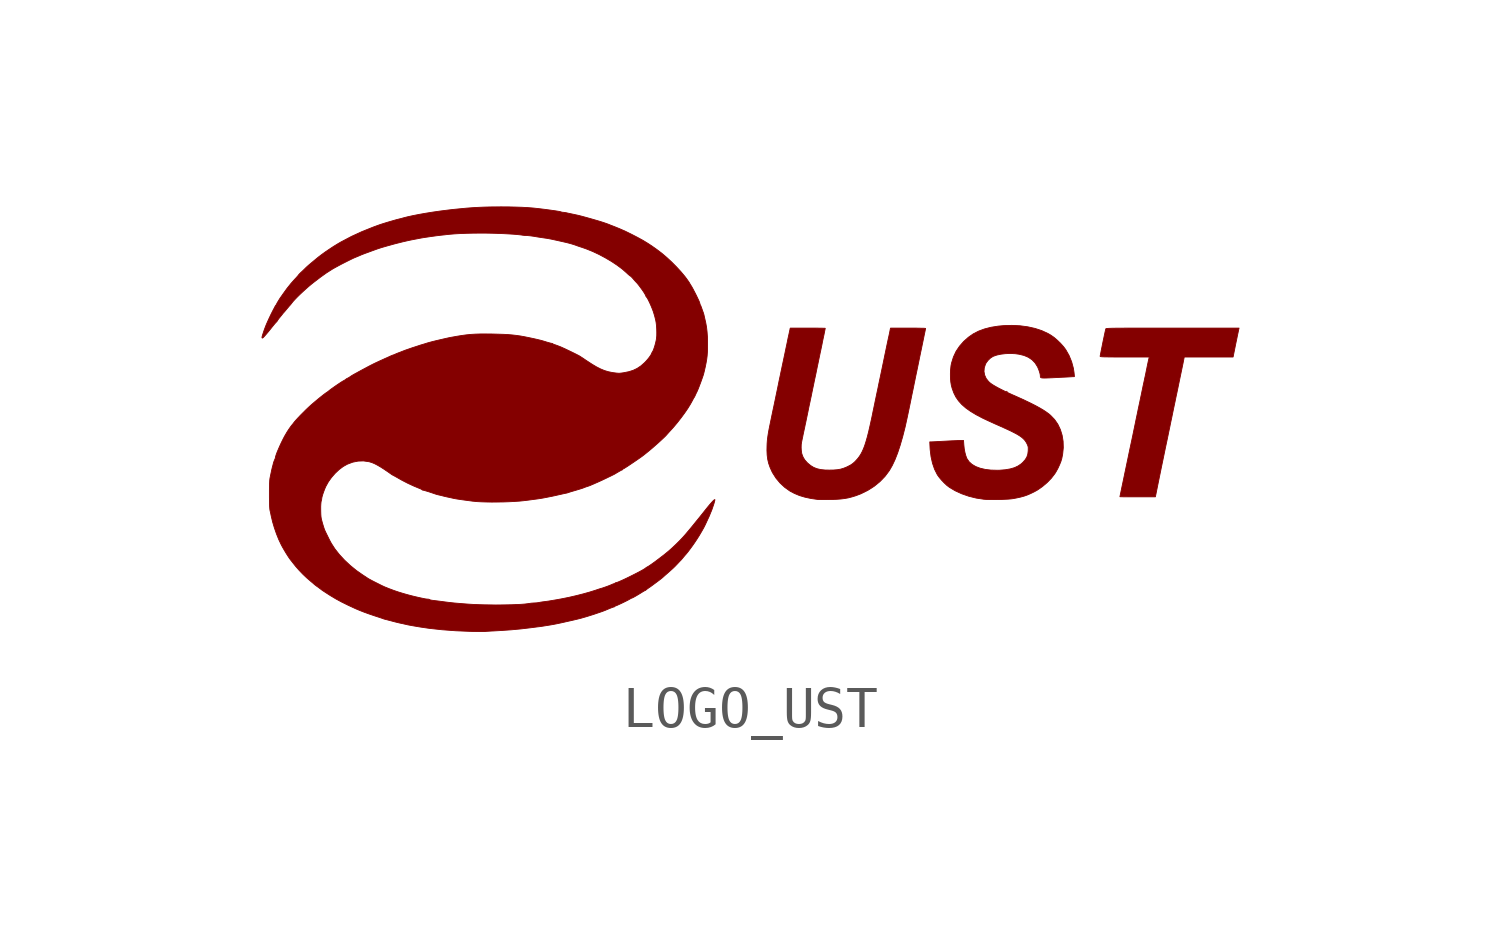
<source format=kicad_sym>
(kicad_symbol_lib
  (version 20211014)
  (generator kicad_symbol_editor)
  (symbol "LOGO_UST"
    (pin_names
      (offset 1.016))
    (property "Reference" "G"
      (at 0 9.36 0)
      (effects (font (size 1.27 1.27)) hide))
    (symbol "LOGO_UST_0_0"
      (polyline (pts (xy 6.221 0.923) (xy 6.215 0.929) (xy 6.209 0.923) (xy 6.215 0.917) (xy 6.221 0.923)) (stroke (width 0.01) (type default) (color 0 0 0 0)) (fill (type outline)))
      (polyline (pts (xy 9.837 -1.646) (xy 9.892 -1.373) (xy 9.92 -1.235) (xy 9.955 -1.064) (xy 9.994 -0.874) (xy 10.037 -0.668) (xy 10.082 -0.449) (xy 10.131 -0.218) (xy 10.143 -0.16) (xy 10.163 -0.062) (xy 10.186 0.047) (xy 10.209 0.161) (xy 10.233 0.273) (xy 10.254 0.376) (xy 10.27 0.454) (xy 10.292 0.56) (xy 10.315 0.668) (xy 10.336 0.772) (xy 10.356 0.865) (xy 10.372 0.941) (xy 10.388 1.018) (xy 10.419 1.168) (xy 10.447 1.303) (xy 10.472 1.422) (xy 10.493 1.524) (xy 10.51 1.606) (xy 10.522 1.667) (xy 10.541 1.764) (xy 11.732 1.764) (xy 11.757 1.89) (xy 11.769 1.948) (xy 11.784 2.025) (xy 11.8 2.104) (xy 11.817 2.183) (xy 11.832 2.259) (xy 11.846 2.326) (xy 11.858 2.382) (xy 11.866 2.422) (xy 11.871 2.443) (xy 11.877 2.469) (xy 9.78 2.469) (xy 9.6 2.469) (xy 9.439 2.469) (xy 9.298 2.469) (xy 9.174 2.469) (xy 9.066 2.468) (xy 8.973 2.467) (xy 8.895 2.467) (xy 8.829 2.466) (xy 8.775 2.465) (xy 8.732 2.464) (xy 8.698 2.462) (xy 8.672 2.461) (xy 8.654 2.459) (xy 8.641 2.457) (xy 8.633 2.454) (xy 8.629 2.452) (xy 8.627 2.449) (xy 8.627 2.447) (xy 8.62 2.419) (xy 8.61 2.374) (xy 8.597 2.315) (xy 8.583 2.247) (xy 8.567 2.172) (xy 8.551 2.094) (xy 8.536 2.018) (xy 8.521 1.946) (xy 8.509 1.883) (xy 8.499 1.831) (xy 8.492 1.796) (xy 8.49 1.78) (xy 8.493 1.776) (xy 8.504 1.773) (xy 8.525 1.771) (xy 8.558 1.768) (xy 8.603 1.767) (xy 8.664 1.766) (xy 8.741 1.765) (xy 8.836 1.764) (xy 8.952 1.764) (xy 9.089 1.764) (xy 9.688 1.764) (xy 9.67 1.69) (xy 9.667 1.677) (xy 9.656 1.625) (xy 9.643 1.565) (xy 9.631 1.505) (xy 9.63 1.499) (xy 9.618 1.442) (xy 9.604 1.371) (xy 9.588 1.295) (xy 9.572 1.223) (xy 9.568 1.202) (xy 9.554 1.137) (xy 9.541 1.078) (xy 9.531 1.03) (xy 9.525 1) (xy 9.524 0.992) (xy 9.516 0.957) (xy 9.505 0.905) (xy 9.492 0.84) (xy 9.476 0.766) (xy 9.46 0.688) (xy 9.457 0.673) (xy 9.422 0.51) (xy 9.393 0.369) (xy 9.368 0.251) (xy 9.348 0.153) (xy 9.332 0.075) (xy 9.32 0.018) (xy 9.301 -0.074) (xy 9.287 -0.142) (xy 9.271 -0.217) (xy 9.255 -0.294) (xy 9.248 -0.326) (xy 9.221 -0.451) (xy 9.195 -0.575) (xy 9.17 -0.696) (xy 9.146 -0.81) (xy 9.124 -0.915) (xy 9.105 -1.006) (xy 9.089 -1.08) (xy 9.078 -1.135) (xy 9.073 -1.158) (xy 9.061 -1.217) (xy 9.046 -1.288) (xy 9.03 -1.364) (xy 9.014 -1.439) (xy 9.003 -1.493) (xy 8.991 -1.551) (xy 8.981 -1.598) (xy 8.975 -1.63) (xy 8.972 -1.642) (xy 8.972 -1.642) (xy 8.985 -1.643) (xy 9.018 -1.644) (xy 9.069 -1.645) (xy 9.136 -1.645) (xy 9.216 -1.646) (xy 9.306 -1.646) (xy 9.405 -1.646) (xy 9.837 -1.646)) (stroke (width 0.01) (type default) (color 0 0 0 0)) (fill (type outline)))
      (polyline (pts (xy 5.966 -1.712) (xy 6.063 -1.71) (xy 6.157 -1.706) (xy 6.242 -1.702) (xy 6.314 -1.696) (xy 6.368 -1.689) (xy 6.442 -1.675) (xy 6.544 -1.653) (xy 6.633 -1.629) (xy 6.716 -1.6) (xy 6.799 -1.564) (xy 6.889 -1.52) (xy 6.964 -1.478) (xy 7.083 -1.395) (xy 7.197 -1.298) (xy 7.3 -1.192) (xy 7.385 -1.082) (xy 7.42 -1.025) (xy 7.463 -0.946) (xy 7.501 -0.863) (xy 7.533 -0.784) (xy 7.554 -0.715) (xy 7.576 -0.605) (xy 7.592 -0.445) (xy 7.587 -0.29) (xy 7.563 -0.143) (xy 7.52 -0.004) (xy 7.459 0.124) (xy 7.379 0.24) (xy 7.282 0.341) (xy 7.246 0.372) (xy 7.181 0.42) (xy 7.106 0.47) (xy 7.018 0.522) (xy 6.916 0.578) (xy 6.798 0.638) (xy 6.662 0.703) (xy 6.508 0.774) (xy 6.332 0.852) (xy 6.3 0.867) (xy 6.197 0.914) (xy 6.098 0.963) (xy 6.006 1.01) (xy 5.927 1.054) (xy 5.862 1.093) (xy 5.815 1.126) (xy 5.768 1.168) (xy 5.71 1.242) (xy 5.674 1.324) (xy 5.658 1.411) (xy 5.665 1.501) (xy 5.695 1.591) (xy 5.71 1.619) (xy 5.756 1.681) (xy 5.814 1.737) (xy 5.876 1.777) (xy 5.889 1.783) (xy 5.973 1.812) (xy 6.072 1.833) (xy 6.183 1.846) (xy 6.299 1.85) (xy 6.415 1.845) (xy 6.511 1.832) (xy 6.634 1.802) (xy 6.74 1.757) (xy 6.83 1.696) (xy 6.903 1.621) (xy 6.961 1.529) (xy 6.966 1.519) (xy 6.991 1.461) (xy 7.012 1.401) (xy 7.027 1.347) (xy 7.032 1.306) (xy 7.032 1.294) (xy 7.033 1.28) (xy 7.037 1.269) (xy 7.047 1.261) (xy 7.064 1.255) (xy 7.092 1.252) (xy 7.131 1.251) (xy 7.185 1.252) (xy 7.256 1.255) (xy 7.346 1.259) (xy 7.457 1.265) (xy 7.535 1.269) (xy 7.623 1.273) (xy 7.702 1.277) (xy 7.768 1.281) (xy 7.818 1.284) (xy 7.851 1.285) (xy 7.862 1.286) (xy 7.862 1.288) (xy 7.861 1.307) (xy 7.858 1.342) (xy 7.853 1.388) (xy 7.838 1.489) (xy 7.795 1.648) (xy 7.732 1.802) (xy 7.651 1.944) (xy 7.6 2.013) (xy 7.528 2.094) (xy 7.448 2.172) (xy 7.365 2.243) (xy 7.286 2.298) (xy 7.217 2.338) (xy 7.067 2.407) (xy 6.902 2.461) (xy 6.723 2.501) (xy 6.534 2.526) (xy 6.337 2.535) (xy 6.134 2.529) (xy 6.004 2.517) (xy 5.828 2.489) (xy 5.669 2.448) (xy 5.526 2.395) (xy 5.396 2.328) (xy 5.277 2.245) (xy 5.167 2.147) (xy 5.165 2.146) (xy 5.061 2.027) (xy 4.977 1.902) (xy 4.913 1.765) (xy 4.866 1.614) (xy 4.854 1.554) (xy 4.844 1.46) (xy 4.839 1.358) (xy 4.84 1.255) (xy 4.848 1.158) (xy 4.861 1.077) (xy 4.881 1.002) (xy 4.921 0.891) (xy 4.972 0.789) (xy 5.037 0.695) (xy 5.116 0.607) (xy 5.213 0.522) (xy 5.327 0.441) (xy 5.462 0.359) (xy 5.618 0.277) (xy 5.634 0.269) (xy 5.689 0.243) (xy 5.759 0.21) (xy 5.838 0.174) (xy 5.921 0.136) (xy 6.003 0.1) (xy 6.077 0.067) (xy 6.203 0.01) (xy 6.31 -0.04) (xy 6.399 -0.085) (xy 6.474 -0.125) (xy 6.534 -0.163) (xy 6.584 -0.199) (xy 6.623 -0.234) (xy 6.655 -0.269) (xy 6.682 -0.307) (xy 6.704 -0.347) (xy 6.714 -0.367) (xy 6.728 -0.402) (xy 6.736 -0.433) (xy 6.737 -0.469) (xy 6.736 -0.52) (xy 6.736 -0.525) (xy 6.726 -0.606) (xy 6.703 -0.674) (xy 6.665 -0.737) (xy 6.609 -0.801) (xy 6.568 -0.839) (xy 6.491 -0.892) (xy 6.402 -0.934) (xy 6.298 -0.964) (xy 6.178 -0.985) (xy 6.038 -0.996) (xy 5.981 -0.997) (xy 5.827 -0.993) (xy 5.687 -0.976) (xy 5.563 -0.947) (xy 5.455 -0.906) (xy 5.365 -0.853) (xy 5.294 -0.789) (xy 5.243 -0.715) (xy 5.237 -0.702) (xy 5.213 -0.637) (xy 5.192 -0.557) (xy 5.176 -0.469) (xy 5.167 -0.381) (xy 5.159 -0.271) (xy 5.093 -0.271) (xy 5.069 -0.271) (xy 5.023 -0.273) (xy 4.96 -0.276) (xy 4.886 -0.279) (xy 4.803 -0.283) (xy 4.715 -0.288) (xy 4.638 -0.292) (xy 4.558 -0.296) (xy 4.488 -0.3) (xy 4.431 -0.303) (xy 4.39 -0.305) (xy 4.37 -0.305) (xy 4.336 -0.306) (xy 4.343 -0.456) (xy 4.346 -0.498) (xy 4.367 -0.668) (xy 4.403 -0.827) (xy 4.453 -0.973) (xy 4.518 -1.102) (xy 4.524 -1.112) (xy 4.568 -1.173) (xy 4.625 -1.24) (xy 4.688 -1.306) (xy 4.751 -1.365) (xy 4.81 -1.41) (xy 4.81 -1.411) (xy 4.954 -1.497) (xy 5.115 -1.571) (xy 5.288 -1.631) (xy 5.469 -1.676) (xy 5.653 -1.704) (xy 5.706 -1.708) (xy 5.782 -1.711) (xy 5.871 -1.712) (xy 5.966 -1.712)) (stroke (width 0.01) (type default) (color 0 0 0 0)) (fill (type outline)))
      (polyline (pts (xy 1.828 -1.712) (xy 1.905 -1.71) (xy 1.938 -1.71) (xy 2.061 -1.706) (xy 2.168 -1.698) (xy 2.263 -1.686) (xy 2.352 -1.67) (xy 2.439 -1.647) (xy 2.531 -1.619) (xy 2.657 -1.571) (xy 2.825 -1.488) (xy 2.98 -1.389) (xy 3.12 -1.275) (xy 3.244 -1.147) (xy 3.349 -1.007) (xy 3.352 -1.002) (xy 3.421 -0.882) (xy 3.488 -0.74) (xy 3.553 -0.574) (xy 3.615 -0.386) (xy 3.676 -0.175) (xy 3.735 0.057) (xy 3.791 0.312) (xy 3.802 0.365) (xy 3.815 0.426) (xy 3.826 0.479) (xy 3.834 0.517) (xy 3.837 0.534) (xy 3.848 0.585) (xy 3.863 0.658) (xy 3.882 0.751) (xy 3.905 0.865) (xy 3.933 0.997) (xy 3.963 1.147) (xy 3.964 1.15) (xy 3.98 1.228) (xy 3.998 1.317) (xy 4.017 1.407) (xy 4.034 1.488) (xy 4.035 1.491) (xy 4.051 1.572) (xy 4.07 1.663) (xy 4.088 1.752) (xy 4.104 1.829) (xy 4.114 1.878) (xy 4.131 1.957) (xy 4.149 2.046) (xy 4.168 2.137) (xy 4.186 2.223) (xy 4.188 2.234) (xy 4.202 2.304) (xy 4.215 2.365) (xy 4.225 2.414) (xy 4.231 2.447) (xy 4.233 2.461) (xy 4.222 2.463) (xy 4.189 2.465) (xy 4.139 2.466) (xy 4.072 2.467) (xy 3.993 2.469) (xy 3.903 2.469) (xy 3.806 2.469) (xy 3.378 2.469) (xy 3.364 2.396) (xy 3.363 2.39) (xy 3.353 2.34) (xy 3.34 2.28) (xy 3.327 2.223) (xy 3.32 2.189) (xy 3.308 2.134) (xy 3.293 2.063) (xy 3.276 1.982) (xy 3.258 1.895) (xy 3.239 1.805) (xy 3.239 1.804) (xy 3.197 1.601) (xy 3.159 1.419) (xy 3.125 1.257) (xy 3.095 1.116) (xy 3.071 0.997) (xy 3.05 0.9) (xy 3.041 0.858) (xy 3.024 0.776) (xy 3.006 0.692) (xy 2.991 0.617) (xy 2.981 0.57) (xy 2.966 0.497) (xy 2.951 0.427) (xy 2.94 0.37) (xy 2.913 0.242) (xy 2.877 0.08) (xy 2.844 -0.063) (xy 2.812 -0.188) (xy 2.781 -0.296) (xy 2.751 -0.39) (xy 2.72 -0.472) (xy 2.688 -0.543) (xy 2.655 -0.605) (xy 2.619 -0.661) (xy 2.58 -0.712) (xy 2.537 -0.76) (xy 2.501 -0.797) (xy 2.455 -0.836) (xy 2.408 -0.868) (xy 2.347 -0.9) (xy 2.304 -0.921) (xy 2.231 -0.95) (xy 2.159 -0.971) (xy 2.082 -0.984) (xy 1.993 -0.991) (xy 1.887 -0.993) (xy 1.78 -0.991) (xy 1.675 -0.98) (xy 1.585 -0.959) (xy 1.506 -0.928) (xy 1.434 -0.884) (xy 1.364 -0.827) (xy 1.349 -0.813) (xy 1.29 -0.747) (xy 1.248 -0.679) (xy 1.218 -0.601) (xy 1.213 -0.579) (xy 1.204 -0.515) (xy 1.2 -0.444) (xy 1.202 -0.372) (xy 1.21 -0.312) (xy 1.211 -0.311) (xy 1.218 -0.275) (xy 1.228 -0.227) (xy 1.239 -0.176) (xy 1.243 -0.153) (xy 1.254 -0.101) (xy 1.268 -0.035) (xy 1.284 0.038) (xy 1.299 0.112) (xy 1.309 0.156) (xy 1.324 0.229) (xy 1.338 0.297) (xy 1.35 0.354) (xy 1.358 0.394) (xy 1.363 0.416) (xy 1.373 0.467) (xy 1.386 0.532) (xy 1.401 0.603) (xy 1.417 0.676) (xy 1.426 0.721) (xy 1.442 0.794) (xy 1.456 0.862) (xy 1.467 0.918) (xy 1.476 0.958) (xy 1.477 0.966) (xy 1.487 1.013) (xy 1.5 1.074) (xy 1.514 1.143) (xy 1.528 1.211) (xy 1.53 1.221) (xy 1.546 1.294) (xy 1.562 1.369) (xy 1.576 1.439) (xy 1.587 1.493) (xy 1.592 1.518) (xy 1.605 1.579) (xy 1.62 1.651) (xy 1.636 1.729) (xy 1.652 1.805) (xy 1.661 1.85) (xy 1.677 1.923) (xy 1.691 1.99) (xy 1.703 2.047) (xy 1.711 2.087) (xy 1.718 2.125) (xy 1.73 2.183) (xy 1.744 2.249) (xy 1.758 2.314) (xy 1.759 2.32) (xy 1.77 2.375) (xy 1.779 2.42) (xy 1.785 2.451) (xy 1.787 2.464) (xy 1.776 2.465) (xy 1.744 2.466) (xy 1.693 2.467) (xy 1.627 2.468) (xy 1.548 2.469) (xy 1.458 2.469) (xy 1.361 2.469) (xy 0.934 2.469) (xy 0.897 2.296) (xy 0.892 2.276) (xy 0.877 2.206) (xy 0.86 2.12) (xy 0.84 2.027) (xy 0.82 1.932) (xy 0.801 1.84) (xy 0.792 1.798) (xy 0.774 1.712) (xy 0.756 1.628) (xy 0.74 1.553) (xy 0.727 1.491) (xy 0.718 1.446) (xy 0.708 1.402) (xy 0.694 1.332) (xy 0.678 1.258) (xy 0.663 1.188) (xy 0.652 1.133) (xy 0.637 1.06) (xy 0.623 0.991) (xy 0.603 0.896) (xy 0.589 0.829) (xy 0.574 0.756) (xy 0.56 0.688) (xy 0.559 0.685) (xy 0.545 0.617) (xy 0.528 0.536) (xy 0.51 0.453) (xy 0.494 0.376) (xy 0.473 0.275) (xy 0.448 0.154) (xy 0.427 0.052) (xy 0.41 -0.036) (xy 0.397 -0.111) (xy 0.387 -0.177) (xy 0.379 -0.236) (xy 0.374 -0.292) (xy 0.37 -0.347) (xy 0.368 -0.403) (xy 0.366 -0.511) (xy 0.371 -0.628) (xy 0.385 -0.733) (xy 0.408 -0.83) (xy 0.442 -0.927) (xy 0.488 -1.029) (xy 0.505 -1.062) (xy 0.588 -1.192) (xy 0.689 -1.312) (xy 0.804 -1.418) (xy 0.93 -1.507) (xy 1.037 -1.563) (xy 1.159 -1.614) (xy 1.293 -1.654) (xy 1.442 -1.686) (xy 1.611 -1.71) (xy 1.616 -1.71) (xy 1.646 -1.711) (xy 1.694 -1.712) (xy 1.756 -1.712) (xy 1.828 -1.712)) (stroke (width 0.01) (type default) (color 0 0 0 0)) (fill (type outline)))
      (polyline (pts (xy -6.53 -4.931) (xy -6.515 -4.93) (xy -6.502 -4.928) (xy -6.469 -4.925) (xy -6.42 -4.922) (xy -6.359 -4.918) (xy -6.291 -4.915) (xy -6.119 -4.905) (xy -5.873 -4.888) (xy -5.636 -4.866) (xy -5.415 -4.84) (xy -5.368 -4.834) (xy -5.296 -4.825) (xy -5.229 -4.816) (xy -5.174 -4.81) (xy -5.145 -4.806) (xy -5.075 -4.795) (xy -4.993 -4.782) (xy -4.907 -4.768) (xy -4.823 -4.753) (xy -4.751 -4.739) (xy -4.728 -4.734) (xy -4.666 -4.721) (xy -4.594 -4.705) (xy -4.515 -4.687) (xy -4.434 -4.669) (xy -4.355 -4.651) (xy -4.283 -4.634) (xy -4.221 -4.619) (xy -4.174 -4.607) (xy -4.145 -4.599) (xy -4.143 -4.598) (xy -4.113 -4.589) (xy -4.069 -4.577) (xy -4.022 -4.563) (xy -3.996 -4.555) (xy -3.933 -4.535) (xy -3.862 -4.513) (xy -3.789 -4.488) (xy -3.718 -4.464) (xy -3.654 -4.442) (xy -3.603 -4.423) (xy -3.569 -4.41) (xy -3.568 -4.409) (xy -3.511 -4.385) (xy -3.456 -4.362) (xy -3.409 -4.344) (xy -3.374 -4.332) (xy -3.356 -4.327) (xy -3.349 -4.326) (xy -3.34 -4.316) (xy -3.337 -4.31) (xy -3.322 -4.304) (xy -3.318 -4.303) (xy -3.295 -4.295) (xy -3.258 -4.278) (xy -3.21 -4.256) (xy -3.157 -4.231) (xy -3.102 -4.204) (xy -3.05 -4.178) (xy -3.006 -4.155) (xy -2.974 -4.137) (xy -2.958 -4.127) (xy -2.954 -4.123) (xy -2.933 -4.116) (xy -2.932 -4.116) (xy -2.915 -4.109) (xy -2.881 -4.092) (xy -2.837 -4.067) (xy -2.784 -4.036) (xy -2.728 -4.002) (xy -2.672 -3.967) (xy -2.643 -3.949) (xy -2.615 -3.934) (xy -2.6 -3.928) (xy -2.598 -3.928) (xy -2.585 -3.918) (xy -2.584 -3.917) (xy -2.57 -3.904) (xy -2.541 -3.883) (xy -2.505 -3.857) (xy -2.49 -3.848) (xy -2.454 -3.822) (xy -2.409 -3.789) (xy -2.359 -3.752) (xy -2.308 -3.714) (xy -2.26 -3.678) (xy -2.22 -3.647) (xy -2.19 -3.623) (xy -2.175 -3.611) (xy -2.167 -3.603) (xy -2.146 -3.584) (xy -2.117 -3.558) (xy -2.059 -3.508) (xy -1.986 -3.443) (xy -1.926 -3.389) (xy -1.877 -3.342) (xy -1.836 -3.299) (xy -1.831 -3.294) (xy -1.795 -3.256) (xy -1.762 -3.221) (xy -1.738 -3.196) (xy -1.736 -3.195) (xy -1.707 -3.162) (xy -1.681 -3.131) (xy -1.675 -3.123) (xy -1.648 -3.091) (xy -1.619 -3.057) (xy -1.612 -3.05) (xy -1.567 -2.996) (xy -1.514 -2.926) (xy -1.456 -2.847) (xy -1.397 -2.763) (xy -1.34 -2.677) (xy -1.288 -2.595) (xy -1.245 -2.522) (xy -1.224 -2.486) (xy -1.201 -2.446) (xy -1.185 -2.417) (xy -1.178 -2.406) (xy -1.159 -2.368) (xy -1.139 -2.328) (xy -1.135 -2.319) (xy -1.116 -2.279) (xy -1.093 -2.229) (xy -1.069 -2.177) (xy -1.058 -2.154) (xy -1.04 -2.115) (xy -1.028 -2.086) (xy -1.023 -2.073) (xy -1.023 -2.072) (xy -1.017 -2.057) (xy -1.006 -2.03) (xy -0.994 -2.003) (xy -0.976 -1.958) (xy -0.958 -1.906) (xy -0.94 -1.853) (xy -0.923 -1.802) (xy -0.911 -1.758) (xy -0.904 -1.728) (xy -0.903 -1.714) (xy -0.907 -1.713) (xy -0.922 -1.72) (xy -0.947 -1.742) (xy -0.982 -1.78) (xy -1.028 -1.833) (xy -1.087 -1.904) (xy -1.158 -1.993) (xy -1.166 -2.003) (xy -1.215 -2.065) (xy -1.268 -2.131) (xy -1.323 -2.199) (xy -1.378 -2.266) (xy -1.429 -2.33) (xy -1.475 -2.386) (xy -1.514 -2.433) (xy -1.542 -2.467) (xy -1.558 -2.486) (xy -1.561 -2.489) (xy -1.577 -2.508) (xy -1.603 -2.539) (xy -1.634 -2.575) (xy -1.691 -2.639) (xy -1.766 -2.718) (xy -1.85 -2.801) (xy -1.938 -2.884) (xy -2.024 -2.961) (xy -2.105 -3.028) (xy -2.151 -3.065) (xy -2.218 -3.116) (xy -2.286 -3.168) (xy -2.352 -3.218) (xy -2.414 -3.263) (xy -2.468 -3.301) (xy -2.509 -3.329) (xy -2.536 -3.345) (xy -2.547 -3.351) (xy -2.574 -3.367) (xy -2.587 -3.376) (xy -2.588 -3.377) (xy -2.608 -3.393) (xy -2.645 -3.416) (xy -2.697 -3.445) (xy -2.761 -3.48) (xy -2.833 -3.517) (xy -2.91 -3.556) (xy -2.988 -3.595) (xy -3.066 -3.633) (xy -3.138 -3.667) (xy -3.203 -3.696) (xy -3.256 -3.719) (xy -3.296 -3.734) (xy -3.318 -3.74) (xy -3.33 -3.741) (xy -3.34 -3.751) (xy -3.342 -3.757) (xy -3.357 -3.763) (xy -3.369 -3.764) (xy -3.396 -3.773) (xy -3.424 -3.786) (xy -3.472 -3.806) (xy -3.529 -3.828) (xy -3.589 -3.849) (xy -3.644 -3.868) (xy -3.687 -3.881) (xy -3.696 -3.883) (xy -3.734 -3.895) (xy -3.775 -3.909) (xy -3.816 -3.923) (xy -3.953 -3.966) (xy -4.109 -4.01) (xy -4.282 -4.054) (xy -4.468 -4.097) (xy -4.542 -4.112) (xy -4.647 -4.133) (xy -4.756 -4.153) (xy -4.862 -4.171) (xy -4.958 -4.187) (xy -5.039 -4.198) (xy -5.055 -4.2) (xy -5.11 -4.207) (xy -5.16 -4.215) (xy -5.195 -4.222) (xy -5.213 -4.225) (xy -5.261 -4.231) (xy -5.309 -4.233) (xy -5.329 -4.234) (xy -5.382 -4.238) (xy -5.429 -4.245) (xy -5.463 -4.25) (xy -5.534 -4.259) (xy -5.625 -4.266) (xy -5.731 -4.271) (xy -5.85 -4.276) (xy -5.979 -4.279) (xy -6.114 -4.281) (xy -6.253 -4.282) (xy -6.393 -4.28) (xy -6.531 -4.278) (xy -6.664 -4.274) (xy -6.789 -4.269) (xy -6.903 -4.262) (xy -6.96 -4.258) (xy -7.075 -4.249) (xy -7.172 -4.241) (xy -7.255 -4.234) (xy -7.327 -4.226) (xy -7.393 -4.219) (xy -7.455 -4.211) (xy -7.48 -4.208) (xy -7.56 -4.197) (xy -7.646 -4.186) (xy -7.73 -4.176) (xy -7.8 -4.167) (xy -7.818 -4.164) (xy -7.848 -4.157) (xy -7.862 -4.149) (xy -7.877 -4.142) (xy -7.904 -4.139) (xy -7.914 -4.139) (xy -7.952 -4.135) (xy -7.994 -4.127) (xy -8.005 -4.125) (xy -8.055 -4.114) (xy -8.102 -4.104) (xy -8.124 -4.099) (xy -8.245 -4.071) (xy -8.373 -4.038) (xy -8.501 -4.002) (xy -8.624 -3.964) (xy -8.736 -3.926) (xy -8.831 -3.89) (xy -8.841 -3.887) (xy -8.885 -3.869) (xy -8.921 -3.854) (xy -8.943 -3.846) (xy -8.954 -3.841) (xy -8.987 -3.826) (xy -9.034 -3.804) (xy -9.089 -3.776) (xy -9.149 -3.746) (xy -9.209 -3.716) (xy -9.265 -3.687) (xy -9.313 -3.661) (xy -9.348 -3.642) (xy -9.366 -3.631) (xy -9.371 -3.627) (xy -9.394 -3.612) (xy -9.428 -3.589) (xy -9.47 -3.562) (xy -9.484 -3.553) (xy -9.643 -3.442) (xy -9.794 -3.319) (xy -9.934 -3.188) (xy -10.059 -3.053) (xy -10.167 -2.916) (xy -10.255 -2.78) (xy -10.261 -2.769) (xy -10.283 -2.729) (xy -10.31 -2.676) (xy -10.339 -2.617) (xy -10.368 -2.558) (xy -10.393 -2.507) (xy -10.41 -2.47) (xy -10.412 -2.467) (xy -10.43 -2.42) (xy -10.45 -2.358) (xy -10.47 -2.291) (xy -10.488 -2.226) (xy -10.501 -2.171) (xy -10.507 -2.132) (xy -10.511 -2.077) (xy -10.513 -2.013) (xy -10.514 -1.946) (xy -10.514 -1.88) (xy -10.511 -1.822) (xy -10.507 -1.776) (xy -10.502 -1.748) (xy -10.493 -1.72) (xy -10.489 -1.687) (xy -10.487 -1.669) (xy -10.477 -1.628) (xy -10.461 -1.575) (xy -10.44 -1.516) (xy -10.417 -1.455) (xy -10.393 -1.399) (xy -10.388 -1.389) (xy -10.327 -1.279) (xy -10.25 -1.172) (xy -10.162 -1.071) (xy -10.066 -0.981) (xy -9.966 -0.906) (xy -9.866 -0.85) (xy -9.733 -0.8) (xy -9.601 -0.774) (xy -9.469 -0.77) (xy -9.337 -0.789) (xy -9.329 -0.791) (xy -9.266 -0.81) (xy -9.201 -0.837) (xy -9.13 -0.874) (xy -9.048 -0.922) (xy -8.952 -0.984) (xy -8.924 -1.004) (xy -8.874 -1.037) (xy -8.835 -1.065) (xy -8.807 -1.084) (xy -8.796 -1.093) (xy -8.792 -1.095) (xy -8.773 -1.108) (xy -8.743 -1.124) (xy -8.731 -1.13) (xy -8.693 -1.151) (xy -8.645 -1.178) (xy -8.596 -1.206) (xy -8.534 -1.241) (xy -8.395 -1.313) (xy -8.253 -1.379) (xy -8.117 -1.436) (xy -8.08 -1.451) (xy -8.053 -1.464) (xy -8.043 -1.473) (xy -8.041 -1.477) (xy -8.026 -1.482) (xy -8.011 -1.484) (xy -7.978 -1.493) (xy -7.933 -1.506) (xy -7.88 -1.522) (xy -7.826 -1.54) (xy -7.775 -1.557) (xy -7.732 -1.572) (xy -7.729 -1.573) (xy -7.683 -1.588) (xy -7.638 -1.599) (xy -7.619 -1.603) (xy -7.573 -1.614) (xy -7.526 -1.626) (xy -7.499 -1.633) (xy -7.443 -1.646) (xy -7.391 -1.657) (xy -7.359 -1.664) (xy -7.314 -1.674) (xy -7.279 -1.682) (xy -7.26 -1.686) (xy -7.21 -1.695) (xy -7.14 -1.706) (xy -7.049 -1.719) (xy -6.937 -1.734) (xy -6.803 -1.752) (xy -6.798 -1.752) (xy -6.709 -1.761) (xy -6.6 -1.767) (xy -6.477 -1.771) (xy -6.343 -1.773) (xy -6.203 -1.772) (xy -6.062 -1.77) (xy -5.923 -1.765) (xy -5.79 -1.758) (xy -5.668 -1.75) (xy -5.562 -1.739) (xy -5.461 -1.727) (xy -5.333 -1.71) (xy -5.227 -1.696) (xy -5.141 -1.683) (xy -5.074 -1.671) (xy -5.054 -1.667) (xy -5.001 -1.657) (xy -4.951 -1.647) (xy -4.927 -1.642) (xy -4.879 -1.633) (xy -4.839 -1.624) (xy -4.82 -1.62) (xy -4.774 -1.61) (xy -4.727 -1.599) (xy -4.704 -1.594) (xy -4.655 -1.583) (xy -4.615 -1.574) (xy -4.61 -1.573) (xy -4.569 -1.563) (xy -4.533 -1.557) (xy -4.504 -1.55) (xy -4.474 -1.541) (xy -4.472 -1.54) (xy -4.447 -1.531) (xy -4.408 -1.519) (xy -4.363 -1.506) (xy -4.312 -1.491) (xy -4.229 -1.466) (xy -4.166 -1.447) (xy -4.123 -1.433) (xy -4.098 -1.423) (xy -4.087 -1.418) (xy -4.054 -1.406) (xy -4.016 -1.393) (xy -3.996 -1.387) (xy -3.954 -1.372) (xy -3.922 -1.359) (xy -3.921 -1.358) (xy -3.884 -1.342) (xy -3.845 -1.326) (xy -3.838 -1.322) (xy -3.775 -1.295) (xy -3.72 -1.27) (xy -3.665 -1.245) (xy -3.604 -1.216) (xy -3.528 -1.18) (xy -3.502 -1.167) (xy -3.447 -1.141) (xy -3.401 -1.118) (xy -3.368 -1.102) (xy -3.351 -1.093) (xy -3.349 -1.092) (xy -3.328 -1.079) (xy -3.294 -1.059) (xy -3.253 -1.035) (xy -3.244 -1.03) (xy -3.206 -1.008) (xy -3.177 -0.993) (xy -3.162 -0.988) (xy -3.16 -0.988) (xy -3.151 -0.976) (xy -3.15 -0.972) (xy -3.137 -0.964) (xy -3.134 -0.963) (xy -3.114 -0.952) (xy -3.079 -0.93) (xy -3.03 -0.899) (xy -2.972 -0.86) (xy -2.905 -0.815) (xy -2.833 -0.766) (xy -2.759 -0.715) (xy -2.685 -0.663) (xy -2.639 -0.628) (xy -2.58 -0.581) (xy -2.511 -0.525) (xy -2.438 -0.464) (xy -2.364 -0.399) (xy -2.291 -0.335) (xy -2.223 -0.273) (xy -2.163 -0.217) (xy -2.115 -0.171) (xy -2.082 -0.136) (xy -2.077 -0.13) (xy -2.051 -0.101) (xy -2.017 -0.063) (xy -1.981 -0.024) (xy -1.915 0.049) (xy -1.82 0.162) (xy -1.728 0.28) (xy -1.641 0.398) (xy -1.562 0.513) (xy -1.496 0.621) (xy -1.443 0.717) (xy -1.434 0.736) (xy -1.419 0.763) (xy -1.41 0.776) (xy -1.407 0.779) (xy -1.396 0.799) (xy -1.382 0.829) (xy -1.379 0.835) (xy -1.36 0.878) (xy -1.34 0.917) (xy -1.337 0.924) (xy -1.32 0.962) (xy -1.299 1.014) (xy -1.275 1.077) (xy -1.249 1.145) (xy -1.225 1.212) (xy -1.203 1.274) (xy -1.186 1.325) (xy -1.176 1.359) (xy -1.161 1.42) (xy -1.136 1.53) (xy -1.117 1.625) (xy -1.102 1.712) (xy -1.092 1.794) (xy -1.086 1.877) (xy -1.083 1.966) (xy -1.082 2.067) (xy -1.082 2.118) (xy -1.085 2.256) (xy -1.094 2.378) (xy -1.107 2.492) (xy -1.127 2.603) (xy -1.153 2.716) (xy -1.162 2.756) (xy -1.17 2.793) (xy -1.178 2.822) (xy -1.188 2.852) (xy -1.196 2.873) (xy -1.209 2.909) (xy -1.224 2.952) (xy -1.238 2.991) (xy -1.251 3.023) (xy -1.26 3.039) (xy -1.265 3.047) (xy -1.27 3.072) (xy -1.271 3.076) (xy -1.279 3.101) (xy -1.296 3.141) (xy -1.32 3.192) (xy -1.348 3.251) (xy -1.379 3.313) (xy -1.411 3.374) (xy -1.44 3.43) (xy -1.467 3.478) (xy -1.488 3.512) (xy -1.507 3.542) (xy -1.522 3.569) (xy -1.524 3.573) (xy -1.54 3.598) (xy -1.565 3.633) (xy -1.593 3.673) (xy -1.636 3.73) (xy -1.732 3.845) (xy -1.841 3.963) (xy -1.957 4.08) (xy -2.078 4.192) (xy -2.197 4.293) (xy -2.309 4.378) (xy -2.346 4.405) (xy -2.393 4.438) (xy -2.433 4.466) (xy -2.438 4.47) (xy -2.542 4.538) (xy -2.662 4.611) (xy -2.796 4.684) (xy -2.937 4.757) (xy -3.08 4.827) (xy -3.222 4.89) (xy -3.357 4.945) (xy -3.358 4.945) (xy -3.404 4.963) (xy -3.446 4.979) (xy -3.475 4.991) (xy -3.51 5.005) (xy -3.563 5.024) (xy -3.628 5.046) (xy -3.706 5.071) (xy -3.801 5.099) (xy -3.916 5.132) (xy -3.929 5.136) (xy -4.044 5.168) (xy -4.143 5.195) (xy -4.233 5.218) (xy -4.32 5.237) (xy -4.41 5.256) (xy -4.433 5.261) (xy -4.482 5.271) (xy -4.524 5.281) (xy -4.535 5.283) (xy -4.574 5.289) (xy -4.603 5.292) (xy -4.625 5.294) (xy -4.659 5.303) (xy -4.666 5.306) (xy -4.682 5.31) (xy -4.707 5.315) (xy -4.744 5.321) (xy -4.794 5.329) (xy -4.86 5.338) (xy -4.945 5.35) (xy -5.051 5.364) (xy -5.189 5.381) (xy -5.328 5.396) (xy -5.467 5.407) (xy -5.612 5.415) (xy -5.766 5.42) (xy -5.934 5.424) (xy -6.121 5.425) (xy -6.227 5.424) (xy -6.385 5.423) (xy -6.53 5.419) (xy -6.67 5.413) (xy -6.809 5.405) (xy -6.954 5.394) (xy -7.111 5.379) (xy -7.285 5.362) (xy -7.412 5.347) (xy -7.595 5.324) (xy -7.776 5.298) (xy -7.951 5.27) (xy -8.116 5.241) (xy -8.268 5.211) (xy -8.404 5.181) (xy -8.52 5.151) (xy -8.527 5.148) (xy -8.565 5.138) (xy -8.596 5.131) (xy -8.611 5.127) (xy -8.66 5.115) (xy -8.723 5.097) (xy -8.796 5.076) (xy -8.874 5.053) (xy -8.95 5.03) (xy -9.02 5.008) (xy -9.078 4.989) (xy -9.119 4.974) (xy -9.134 4.969) (xy -9.168 4.956) (xy -9.207 4.942) (xy -9.234 4.932) (xy -9.504 4.824) (xy -9.763 4.705) (xy -10.019 4.57) (xy -10.023 4.568) (xy -10.11 4.517) (xy -10.207 4.457) (xy -10.308 4.39) (xy -10.407 4.323) (xy -10.496 4.258) (xy -10.572 4.2) (xy -10.644 4.141) (xy -10.728 4.071) (xy -10.794 4.016) (xy -10.842 3.974) (xy -10.872 3.946) (xy -10.875 3.943) (xy -10.903 3.915) (xy -10.94 3.879) (xy -10.979 3.842) (xy -10.991 3.832) (xy -11.023 3.801) (xy -11.046 3.777) (xy -11.056 3.764) (xy -11.062 3.755) (xy -11.082 3.732) (xy -11.111 3.699) (xy -11.148 3.66) (xy -11.237 3.56) (xy -11.335 3.438) (xy -11.426 3.312) (xy -11.429 3.308) (xy -11.454 3.272) (xy -11.474 3.243) (xy -11.485 3.228) (xy -11.491 3.221) (xy -11.508 3.195) (xy -11.53 3.16) (xy -11.553 3.122) (xy -11.574 3.087) (xy -11.589 3.059) (xy -11.595 3.046) (xy -11.595 3.045) (xy -11.603 3.032) (xy -11.604 3.032) (xy -11.609 3.027) (xy -11.617 3.016) (xy -11.629 2.995) (xy -11.646 2.961) (xy -11.672 2.913) (xy -11.706 2.846) (xy -11.73 2.798) (xy -11.749 2.758) (xy -11.771 2.712) (xy -11.797 2.655) (xy -11.83 2.581) (xy -11.836 2.568) (xy -11.855 2.521) (xy -11.876 2.466) (xy -11.897 2.408) (xy -11.916 2.351) (xy -11.932 2.302) (xy -11.943 2.264) (xy -11.947 2.244) (xy -11.945 2.231) (xy -11.933 2.225) (xy -11.93 2.227) (xy -11.912 2.242) (xy -11.883 2.273) (xy -11.844 2.318) (xy -11.797 2.373) (xy -11.746 2.436) (xy -11.691 2.505) (xy -11.665 2.537) (xy -11.635 2.574) (xy -11.611 2.601) (xy -11.598 2.614) (xy -11.583 2.629) (xy -11.566 2.655) (xy -11.564 2.659) (xy -11.543 2.69) (xy -11.518 2.722) (xy -11.513 2.727) (xy -11.484 2.763) (xy -11.455 2.799) (xy -11.448 2.808) (xy -11.425 2.837) (xy -11.406 2.857) (xy -11.39 2.875) (xy -11.365 2.905) (xy -11.336 2.94) (xy -11.307 2.974) (xy -11.282 3.004) (xy -11.265 3.022) (xy -11.259 3.029) (xy -11.237 3.055) (xy -11.213 3.087) (xy -11.189 3.117) (xy -11.145 3.165) (xy -11.089 3.223) (xy -11.024 3.287) (xy -10.954 3.353) (xy -10.881 3.419) (xy -10.81 3.482) (xy -10.743 3.538) (xy -10.684 3.585) (xy -10.672 3.594) (xy -10.629 3.627) (xy -10.592 3.655) (xy -10.566 3.675) (xy -10.518 3.712) (xy -10.375 3.814) (xy -10.235 3.903) (xy -10.209 3.919) (xy -10.149 3.952) (xy -10.079 3.99) (xy -10.002 4.031) (xy -9.923 4.071) (xy -9.846 4.11) (xy -9.777 4.144) (xy -9.719 4.172) (xy -9.678 4.19) (xy -9.643 4.204) (xy -9.607 4.219) (xy -9.581 4.23) (xy -9.559 4.239) (xy -9.533 4.251) (xy -9.516 4.258) (xy -9.472 4.275) (xy -9.427 4.292) (xy -9.419 4.295) (xy -9.374 4.311) (xy -9.32 4.331) (xy -9.266 4.351) (xy -9.236 4.362) (xy -9.13 4.4) (xy -9.035 4.431) (xy -8.943 4.458) (xy -8.894 4.472) (xy -8.831 4.489) (xy -8.772 4.506) (xy -8.769 4.507) (xy -8.72 4.52) (xy -8.675 4.532) (xy -8.643 4.54) (xy -8.639 4.541) (xy -8.597 4.551) (xy -8.555 4.562) (xy -8.515 4.572) (xy -8.458 4.585) (xy -8.393 4.6) (xy -8.329 4.614) (xy -8.273 4.625) (xy -8.231 4.633) (xy -8.212 4.637) (xy -8.162 4.646) (xy -8.114 4.656) (xy -8.107 4.657) (xy -8.059 4.666) (xy -7.994 4.677) (xy -7.918 4.688) (xy -7.838 4.7) (xy -7.758 4.711) (xy -7.686 4.721) (xy -7.626 4.728) (xy -7.619 4.729) (xy -7.558 4.736) (xy -7.489 4.743) (xy -7.426 4.751) (xy -7.373 4.756) (xy -7.253 4.766) (xy -7.112 4.774) (xy -6.953 4.78) (xy -6.779 4.784) (xy -6.591 4.785) (xy -6.501 4.785) (xy -6.389 4.783) (xy -6.272 4.78) (xy -6.154 4.776) (xy -6.038 4.771) (xy -5.929 4.765) (xy -5.829 4.759) (xy -5.742 4.752) (xy -5.672 4.745) (xy -5.622 4.739) (xy -5.599 4.735) (xy -5.55 4.729) (xy -5.507 4.727) (xy -5.465 4.725) (xy -5.399 4.718) (xy -5.319 4.707) (xy -5.227 4.691) (xy -5.225 4.691) (xy -5.182 4.684) (xy -5.128 4.676) (xy -5.074 4.668) (xy -5.04 4.663) (xy -4.996 4.657) (xy -4.948 4.648) (xy -4.894 4.638) (xy -4.83 4.624) (xy -4.752 4.607) (xy -4.658 4.586) (xy -4.545 4.56) (xy -4.543 4.56) (xy -4.467 4.541) (xy -4.392 4.52) (xy -4.325 4.499) (xy -4.274 4.481) (xy -4.262 4.476) (xy -4.23 4.465) (xy -4.185 4.45) (xy -4.133 4.433) (xy -4.037 4.399) (xy -3.883 4.337) (xy -3.726 4.263) (xy -3.571 4.18) (xy -3.422 4.092) (xy -3.284 4) (xy -3.16 3.907) (xy -3.055 3.815) (xy -3.037 3.797) (xy -3.004 3.768) (xy -2.979 3.747) (xy -2.966 3.739) (xy -2.965 3.739) (xy -2.95 3.728) (xy -2.926 3.704) (xy -2.897 3.672) (xy -2.894 3.668) (xy -2.865 3.634) (xy -2.841 3.607) (xy -2.827 3.592) (xy -2.814 3.58) (xy -2.784 3.545) (xy -2.749 3.501) (xy -2.712 3.451) (xy -2.674 3.399) (xy -2.64 3.349) (xy -2.613 3.305) (xy -2.594 3.272) (xy -2.587 3.252) (xy -2.585 3.244) (xy -2.571 3.225) (xy -2.569 3.225) (xy -2.556 3.207) (xy -2.535 3.171) (xy -2.511 3.123) (xy -2.483 3.064) (xy -2.455 3) (xy -2.429 2.935) (xy -2.428 2.933) (xy -2.406 2.875) (xy -2.387 2.814) (xy -2.367 2.744) (xy -2.346 2.658) (xy -2.336 2.603) (xy -2.327 2.528) (xy -2.322 2.445) (xy -2.32 2.36) (xy -2.321 2.281) (xy -2.327 2.217) (xy -2.334 2.174) (xy -2.349 2.108) (xy -2.367 2.04) (xy -2.387 1.978) (xy -2.406 1.926) (xy -2.425 1.891) (xy -2.425 1.89) (xy -2.44 1.867) (xy -2.446 1.853) (xy -2.446 1.852) (xy -2.454 1.832) (xy -2.474 1.799) (xy -2.503 1.758) (xy -2.538 1.714) (xy -2.575 1.671) (xy -2.61 1.634) (xy -2.62 1.624) (xy -2.709 1.546) (xy -2.799 1.486) (xy -2.895 1.44) (xy -3.002 1.406) (xy -3.127 1.381) (xy -3.175 1.374) (xy -3.22 1.369) (xy -3.262 1.369) (xy -3.309 1.373) (xy -3.37 1.381) (xy -3.401 1.385) (xy -3.498 1.405) (xy -3.593 1.433) (xy -3.688 1.472) (xy -3.787 1.522) (xy -3.895 1.586) (xy -4.016 1.665) (xy -4.056 1.691) (xy -4.109 1.728) (xy -4.156 1.758) (xy -4.19 1.781) (xy -4.21 1.792) (xy -4.214 1.795) (xy -4.274 1.826) (xy -4.344 1.861) (xy -4.418 1.897) (xy -4.493 1.933) (xy -4.562 1.966) (xy -4.62 1.992) (xy -4.662 2.011) (xy -4.727 2.036) (xy -4.778 2.055) (xy -4.811 2.066) (xy -4.829 2.07) (xy -4.835 2.071) (xy -4.845 2.08) (xy -4.845 2.081) (xy -4.857 2.09) (xy -4.883 2.097) (xy -4.913 2.103) (xy -4.957 2.115) (xy -5.003 2.128) (xy -5.037 2.139) (xy -5.09 2.155) (xy -5.135 2.168) (xy -5.18 2.179) (xy -5.229 2.191) (xy -5.29 2.205) (xy -5.368 2.222) (xy -5.439 2.237) (xy -5.548 2.259) (xy -5.648 2.277) (xy -5.746 2.291) (xy -5.844 2.302) (xy -5.948 2.311) (xy -6.062 2.317) (xy -6.191 2.321) (xy -6.338 2.325) (xy -6.481 2.326) (xy -6.618 2.326) (xy -6.74 2.322) (xy -6.854 2.315) (xy -6.964 2.304) (xy -7.074 2.289) (xy -7.191 2.27) (xy -7.226 2.264) (xy -7.279 2.254) (xy -7.332 2.245) (xy -7.339 2.244) (xy -7.383 2.235) (xy -7.442 2.222) (xy -7.513 2.206) (xy -7.59 2.188) (xy -7.668 2.17) (xy -7.743 2.152) (xy -7.809 2.135) (xy -7.862 2.121) (xy -7.896 2.111) (xy -7.898 2.111) (xy -7.934 2.1) (xy -7.981 2.085) (xy -8.031 2.07) (xy -8.079 2.056) (xy -8.139 2.036) (xy -8.206 2.014) (xy -8.275 1.992) (xy -8.341 1.969) (xy -8.399 1.949) (xy -8.445 1.933) (xy -8.473 1.923) (xy -8.494 1.914) (xy -8.535 1.898) (xy -8.578 1.881) (xy -8.611 1.869) (xy -8.659 1.85) (xy -8.699 1.833) (xy -8.714 1.826) (xy -8.741 1.815) (xy -8.764 1.808) (xy -8.79 1.797) (xy -8.825 1.782) (xy -8.852 1.769) (xy -8.907 1.744) (xy -8.958 1.722) (xy -8.987 1.708) (xy -9.061 1.675) (xy -9.123 1.646) (xy -9.179 1.62) (xy -9.231 1.595) (xy -9.284 1.568) (xy -9.342 1.538) (xy -9.409 1.502) (xy -9.488 1.46) (xy -9.584 1.408) (xy -9.638 1.378) (xy -9.688 1.351) (xy -9.725 1.33) (xy -9.754 1.313) (xy -9.778 1.297) (xy -9.803 1.28) (xy -9.821 1.268) (xy -9.847 1.253) (xy -9.861 1.246) (xy -9.864 1.246) (xy -9.882 1.236) (xy -9.908 1.217) (xy -9.917 1.21) (xy -9.941 1.194) (xy -9.953 1.188) (xy -9.958 1.186) (xy -9.98 1.173) (xy -10.016 1.151) (xy -10.061 1.121) (xy -10.112 1.087) (xy -10.164 1.051) (xy -10.215 1.015) (xy -10.26 0.983) (xy -10.296 0.956) (xy -10.319 0.937) (xy -10.322 0.934) (xy -10.35 0.913) (xy -10.383 0.891) (xy -10.391 0.886) (xy -10.422 0.863) (xy -10.466 0.829) (xy -10.519 0.787) (xy -10.577 0.74) (xy -10.637 0.69) (xy -10.694 0.642) (xy -10.746 0.597) (xy -10.787 0.56) (xy -10.811 0.538) (xy -10.877 0.475) (xy -10.943 0.409) (xy -11.008 0.344) (xy -11.067 0.282) (xy -11.118 0.226) (xy -11.157 0.181) (xy -11.182 0.148) (xy -11.195 0.131) (xy -11.206 0.118) (xy -11.217 0.105) (xy -11.239 0.077) (xy -11.267 0.038) (xy -11.296 -0.004) (xy -11.322 -0.044) (xy -11.342 -0.076) (xy -11.36 -0.107) (xy -11.387 -0.153) (xy -11.406 -0.188) (xy -11.422 -0.218) (xy -11.438 -0.25) (xy -11.457 -0.288) (xy -11.483 -0.342) (xy -11.518 -0.418) (xy -11.55 -0.492) (xy -11.578 -0.558) (xy -11.599 -0.615) (xy -11.613 -0.658) (xy -11.618 -0.683) (xy -11.618 -0.685) (xy -11.624 -0.71) (xy -11.637 -0.74) (xy -11.653 -0.778) (xy -11.666 -0.816) (xy -11.67 -0.833) (xy -11.68 -0.874) (xy -11.692 -0.917) (xy -11.698 -0.941) (xy -11.711 -0.997) (xy -11.722 -1.05) (xy -11.727 -1.074) (xy -11.739 -1.131) (xy -11.75 -1.185) (xy -11.753 -1.204) (xy -11.758 -1.25) (xy -11.761 -1.313) (xy -11.763 -1.389) (xy -11.765 -1.474) (xy -11.765 -1.563) (xy -11.765 -1.653) (xy -11.764 -1.739) (xy -11.762 -1.818) (xy -11.76 -1.885) (xy -11.756 -1.937) (xy -11.752 -1.97) (xy -11.746 -1.995) (xy -11.734 -2.048) (xy -11.724 -2.099) (xy -11.721 -2.113) (xy -11.688 -2.253) (xy -11.644 -2.401) (xy -11.593 -2.548) (xy -11.537 -2.687) (xy -11.478 -2.811) (xy -11.45 -2.864) (xy -11.407 -2.939) (xy -11.363 -3.013) (xy -11.32 -3.081) (xy -11.282 -3.139) (xy -11.251 -3.181) (xy -11.251 -3.181) (xy -11.239 -3.196) (xy -11.216 -3.225) (xy -11.185 -3.265) (xy -11.149 -3.31) (xy -11.121 -3.345) (xy -11.041 -3.436) (xy -10.951 -3.53) (xy -10.855 -3.621) (xy -10.76 -3.703) (xy -10.747 -3.714) (xy -10.713 -3.742) (xy -10.689 -3.763) (xy -10.677 -3.774) (xy -10.674 -3.777) (xy -10.654 -3.793) (xy -10.623 -3.817) (xy -10.583 -3.845) (xy -10.563 -3.86) (xy -10.527 -3.887) (xy -10.501 -3.906) (xy -10.489 -3.916) (xy -10.485 -3.919) (xy -10.465 -3.933) (xy -10.436 -3.952) (xy -10.433 -3.954) (xy -10.398 -3.977) (xy -10.353 -4.006) (xy -10.307 -4.036) (xy -10.275 -4.056) (xy -10.147 -4.133) (xy -10.005 -4.21) (xy -9.845 -4.289) (xy -9.666 -4.372) (xy -9.569 -4.413) (xy -9.46 -4.456) (xy -9.342 -4.499) (xy -9.207 -4.545) (xy -9.146 -4.565) (xy -9.084 -4.585) (xy -9.033 -4.602) (xy -8.997 -4.615) (xy -8.978 -4.622) (xy -8.958 -4.628) (xy -8.925 -4.637) (xy -8.906 -4.641) (xy -8.868 -4.651) (xy -8.825 -4.662) (xy -8.755 -4.681) (xy -8.67 -4.703) (xy -8.586 -4.723) (xy -8.514 -4.738) (xy -8.489 -4.744) (xy -8.444 -4.754) (xy -8.408 -4.762) (xy -8.393 -4.766) (xy -8.351 -4.774) (xy -8.292 -4.785) (xy -8.222 -4.797) (xy -8.146 -4.81) (xy -8.067 -4.823) (xy -7.868 -4.852) (xy -7.556 -4.886) (xy -7.222 -4.911) (xy -6.867 -4.926) (xy -6.852 -4.926) (xy -6.766 -4.928) (xy -6.688 -4.93) (xy -6.62 -4.931) (xy -6.567 -4.931) (xy -6.53 -4.931)) (stroke (width 0.01) (type default) (color 0 0 0 0)) (fill (type outline))))))
</source>
